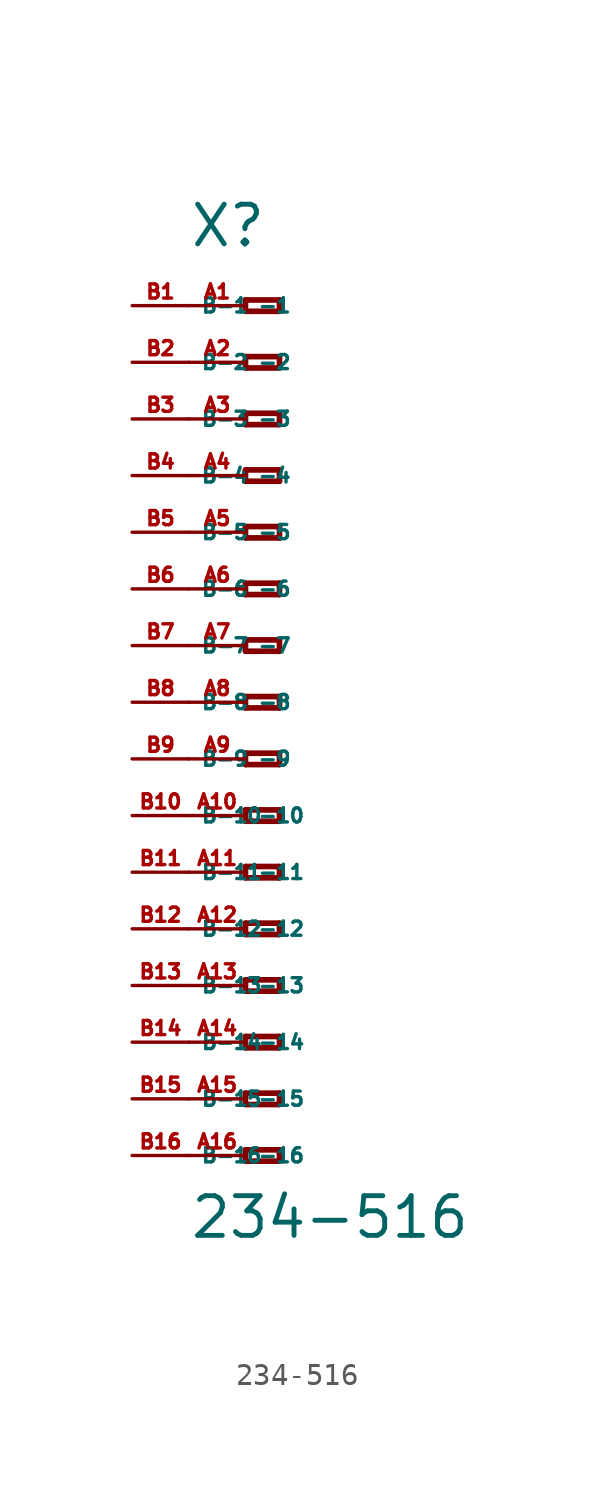
<source format=kicad_sym>
(kicad_symbol_lib
  (version 20220914)
  (generator Eagle2Kicad)
  (symbol "234-516"
    (property "Reference" "X"
      (at -5.08 20.32 0)
      (effects (font (size 1.778 1.778) (thickness 0.22)) (justify left bottom)))
    (property "Value" "234-516"
      (at -5.08 -24.13 0)
      (effects (font (size 1.778 1.778) (thickness 0.22)) (justify left bottom)))
    (polyline
      (pts (xy -2.54 18.034) (xy -2.54 17.526))
      (stroke (width 0.254) (type default))
      (fill (type none)))
    (polyline
      (pts (xy -2.54 17.526) (xy -1.016 17.526))
      (stroke (width 0.254) (type default))
      (fill (type none)))
    (polyline
      (pts (xy -1.016 17.526) (xy -1.016 18.034))
      (stroke (width 0.254) (type default))
      (fill (type none)))
    (polyline
      (pts (xy -1.016 18.034) (xy -2.54 18.034))
      (stroke (width 0.254) (type default))
      (fill (type none)))
    (polyline
      (pts (xy -2.54 15.494) (xy -2.54 14.986))
      (stroke (width 0.254) (type default))
      (fill (type none)))
    (polyline
      (pts (xy -2.54 14.986) (xy -1.016 14.986))
      (stroke (width 0.254) (type default))
      (fill (type none)))
    (polyline
      (pts (xy -1.016 14.986) (xy -1.016 15.494))
      (stroke (width 0.254) (type default))
      (fill (type none)))
    (polyline
      (pts (xy -1.016 15.494) (xy -2.54 15.494))
      (stroke (width 0.254) (type default))
      (fill (type none)))
    (polyline
      (pts (xy -2.54 12.954) (xy -2.54 12.446))
      (stroke (width 0.254) (type default))
      (fill (type none)))
    (polyline
      (pts (xy -2.54 12.446) (xy -1.016 12.446))
      (stroke (width 0.254) (type default))
      (fill (type none)))
    (polyline
      (pts (xy -1.016 12.446) (xy -1.016 12.954))
      (stroke (width 0.254) (type default))
      (fill (type none)))
    (polyline
      (pts (xy -1.016 12.954) (xy -2.54 12.954))
      (stroke (width 0.254) (type default))
      (fill (type none)))
    (polyline
      (pts (xy -2.54 10.414) (xy -2.54 9.906))
      (stroke (width 0.254) (type default))
      (fill (type none)))
    (polyline
      (pts (xy -2.54 9.906) (xy -1.016 9.906))
      (stroke (width 0.254) (type default))
      (fill (type none)))
    (polyline
      (pts (xy -1.016 9.906) (xy -1.016 10.414))
      (stroke (width 0.254) (type default))
      (fill (type none)))
    (polyline
      (pts (xy -1.016 10.414) (xy -2.54 10.414))
      (stroke (width 0.254) (type default))
      (fill (type none)))
    (polyline
      (pts (xy -2.54 7.874) (xy -2.54 7.366))
      (stroke (width 0.254) (type default))
      (fill (type none)))
    (polyline
      (pts (xy -2.54 7.366) (xy -1.016 7.366))
      (stroke (width 0.254) (type default))
      (fill (type none)))
    (polyline
      (pts (xy -1.016 7.366) (xy -1.016 7.874))
      (stroke (width 0.254) (type default))
      (fill (type none)))
    (polyline
      (pts (xy -1.016 7.874) (xy -2.54 7.874))
      (stroke (width 0.254) (type default))
      (fill (type none)))
    (polyline
      (pts (xy -2.54 5.334) (xy -2.54 4.826))
      (stroke (width 0.254) (type default))
      (fill (type none)))
    (polyline
      (pts (xy -2.54 4.826) (xy -1.016 4.826))
      (stroke (width 0.254) (type default))
      (fill (type none)))
    (polyline
      (pts (xy -1.016 4.826) (xy -1.016 5.334))
      (stroke (width 0.254) (type default))
      (fill (type none)))
    (polyline
      (pts (xy -1.016 5.334) (xy -2.54 5.334))
      (stroke (width 0.254) (type default))
      (fill (type none)))
    (polyline
      (pts (xy -2.54 2.794) (xy -2.54 2.286))
      (stroke (width 0.254) (type default))
      (fill (type none)))
    (polyline
      (pts (xy -2.54 2.286) (xy -1.016 2.286))
      (stroke (width 0.254) (type default))
      (fill (type none)))
    (polyline
      (pts (xy -1.016 2.286) (xy -1.016 2.794))
      (stroke (width 0.254) (type default))
      (fill (type none)))
    (polyline
      (pts (xy -1.016 2.794) (xy -2.54 2.794))
      (stroke (width 0.254) (type default))
      (fill (type none)))
    (polyline
      (pts (xy -2.54 0.254) (xy -2.54 -0.254))
      (stroke (width 0.254) (type default))
      (fill (type none)))
    (polyline
      (pts (xy -2.54 -0.254) (xy -1.016 -0.254))
      (stroke (width 0.254) (type default))
      (fill (type none)))
    (polyline
      (pts (xy -1.016 -0.254) (xy -1.016 0.254))
      (stroke (width 0.254) (type default))
      (fill (type none)))
    (polyline
      (pts (xy -1.016 0.254) (xy -2.54 0.254))
      (stroke (width 0.254) (type default))
      (fill (type none)))
    (polyline
      (pts (xy -2.54 -2.286) (xy -2.54 -2.794))
      (stroke (width 0.254) (type default))
      (fill (type none)))
    (polyline
      (pts (xy -2.54 -2.794) (xy -1.016 -2.794))
      (stroke (width 0.254) (type default))
      (fill (type none)))
    (polyline
      (pts (xy -1.016 -2.794) (xy -1.016 -2.286))
      (stroke (width 0.254) (type default))
      (fill (type none)))
    (polyline
      (pts (xy -1.016 -2.286) (xy -2.54 -2.286))
      (stroke (width 0.254) (type default))
      (fill (type none)))
    (polyline
      (pts (xy -2.54 -4.826) (xy -2.54 -5.334))
      (stroke (width 0.254) (type default))
      (fill (type none)))
    (polyline
      (pts (xy -2.54 -5.334) (xy -1.016 -5.334))
      (stroke (width 0.254) (type default))
      (fill (type none)))
    (polyline
      (pts (xy -1.016 -5.334) (xy -1.016 -4.826))
      (stroke (width 0.254) (type default))
      (fill (type none)))
    (polyline
      (pts (xy -1.016 -4.826) (xy -2.54 -4.826))
      (stroke (width 0.254) (type default))
      (fill (type none)))
    (polyline
      (pts (xy -2.54 -7.366) (xy -2.54 -7.874))
      (stroke (width 0.254) (type default))
      (fill (type none)))
    (polyline
      (pts (xy -2.54 -7.874) (xy -1.016 -7.874))
      (stroke (width 0.254) (type default))
      (fill (type none)))
    (polyline
      (pts (xy -1.016 -7.874) (xy -1.016 -7.366))
      (stroke (width 0.254) (type default))
      (fill (type none)))
    (polyline
      (pts (xy -1.016 -7.366) (xy -2.54 -7.366))
      (stroke (width 0.254) (type default))
      (fill (type none)))
    (polyline
      (pts (xy -2.54 -9.906) (xy -2.54 -10.414))
      (stroke (width 0.254) (type default))
      (fill (type none)))
    (polyline
      (pts (xy -2.54 -10.414) (xy -1.016 -10.414))
      (stroke (width 0.254) (type default))
      (fill (type none)))
    (polyline
      (pts (xy -1.016 -10.414) (xy -1.016 -9.906))
      (stroke (width 0.254) (type default))
      (fill (type none)))
    (polyline
      (pts (xy -1.016 -9.906) (xy -2.54 -9.906))
      (stroke (width 0.254) (type default))
      (fill (type none)))
    (polyline
      (pts (xy -2.54 -12.446) (xy -2.54 -12.954))
      (stroke (width 0.254) (type default))
      (fill (type none)))
    (polyline
      (pts (xy -2.54 -12.954) (xy -1.016 -12.954))
      (stroke (width 0.254) (type default))
      (fill (type none)))
    (polyline
      (pts (xy -1.016 -12.954) (xy -1.016 -12.446))
      (stroke (width 0.254) (type default))
      (fill (type none)))
    (polyline
      (pts (xy -1.016 -12.446) (xy -2.54 -12.446))
      (stroke (width 0.254) (type default))
      (fill (type none)))
    (polyline
      (pts (xy -2.54 -14.986) (xy -2.54 -15.494))
      (stroke (width 0.254) (type default))
      (fill (type none)))
    (polyline
      (pts (xy -2.54 -15.494) (xy -1.016 -15.494))
      (stroke (width 0.254) (type default))
      (fill (type none)))
    (polyline
      (pts (xy -1.016 -15.494) (xy -1.016 -14.986))
      (stroke (width 0.254) (type default))
      (fill (type none)))
    (polyline
      (pts (xy -1.016 -14.986) (xy -2.54 -14.986))
      (stroke (width 0.254) (type default))
      (fill (type none)))
    (polyline
      (pts (xy -2.54 -17.526) (xy -2.54 -18.034))
      (stroke (width 0.254) (type default))
      (fill (type none)))
    (polyline
      (pts (xy -2.54 -18.034) (xy -1.016 -18.034))
      (stroke (width 0.254) (type default))
      (fill (type none)))
    (polyline
      (pts (xy -1.016 -18.034) (xy -1.016 -17.526))
      (stroke (width 0.254) (type default))
      (fill (type none)))
    (polyline
      (pts (xy -1.016 -17.526) (xy -2.54 -17.526))
      (stroke (width 0.254) (type default))
      (fill (type none)))
    (polyline
      (pts (xy -2.54 -20.066) (xy -2.54 -20.574))
      (stroke (width 0.254) (type default))
      (fill (type none)))
    (polyline
      (pts (xy -2.54 -20.574) (xy -1.016 -20.574))
      (stroke (width 0.254) (type default))
      (fill (type none)))
    (polyline
      (pts (xy -1.016 -20.574) (xy -1.016 -20.066))
      (stroke (width 0.254) (type default))
      (fill (type none)))
    (polyline
      (pts (xy -1.016 -20.066) (xy -2.54 -20.066))
      (stroke (width 0.254) (type default))
      (fill (type none)))
    (pin passive line
      (at -5.08 17.78 0)
      (length 2.54)
      (name "-1" (effects (font (size 0.635 0.635) (thickness 0.08)) (justify left bottom)))
      (number "A1" (effects (font (size 0.635 0.635) (thickness 0.08)) (justify left bottom))))
    (pin passive line
      (at -5.08 15.24 0)
      (length 2.54)
      (name "-2" (effects (font (size 0.635 0.635) (thickness 0.08)) (justify left bottom)))
      (number "A2" (effects (font (size 0.635 0.635) (thickness 0.08)) (justify left bottom))))
    (pin passive line
      (at -5.08 12.7 0)
      (length 2.54)
      (name "-3" (effects (font (size 0.635 0.635) (thickness 0.08)) (justify left bottom)))
      (number "A3" (effects (font (size 0.635 0.635) (thickness 0.08)) (justify left bottom))))
    (pin passive line
      (at -5.08 10.16 0)
      (length 2.54)
      (name "-4" (effects (font (size 0.635 0.635) (thickness 0.08)) (justify left bottom)))
      (number "A4" (effects (font (size 0.635 0.635) (thickness 0.08)) (justify left bottom))))
    (pin passive line
      (at -5.08 7.62 0)
      (length 2.54)
      (name "-5" (effects (font (size 0.635 0.635) (thickness 0.08)) (justify left bottom)))
      (number "A5" (effects (font (size 0.635 0.635) (thickness 0.08)) (justify left bottom))))
    (pin passive line
      (at -5.08 5.08 0)
      (length 2.54)
      (name "-6" (effects (font (size 0.635 0.635) (thickness 0.08)) (justify left bottom)))
      (number "A6" (effects (font (size 0.635 0.635) (thickness 0.08)) (justify left bottom))))
    (pin passive line
      (at -5.08 2.54 0)
      (length 2.54)
      (name "-7" (effects (font (size 0.635 0.635) (thickness 0.08)) (justify left bottom)))
      (number "A7" (effects (font (size 0.635 0.635) (thickness 0.08)) (justify left bottom))))
    (pin passive line
      (at -5.08 0 0)
      (length 2.54)
      (name "-8" (effects (font (size 0.635 0.635) (thickness 0.08)) (justify left bottom)))
      (number "A8" (effects (font (size 0.635 0.635) (thickness 0.08)) (justify left bottom))))
    (pin passive line
      (at -5.08 -2.54 0)
      (length 2.54)
      (name "-9" (effects (font (size 0.635 0.635) (thickness 0.08)) (justify left bottom)))
      (number "A9" (effects (font (size 0.635 0.635) (thickness 0.08)) (justify left bottom))))
    (pin passive line
      (at -5.08 -5.08 0)
      (length 2.54)
      (name "-10" (effects (font (size 0.635 0.635) (thickness 0.08)) (justify left bottom)))
      (number "A10" (effects (font (size 0.635 0.635) (thickness 0.08)) (justify left bottom))))
    (pin passive line
      (at -5.08 -7.62 0)
      (length 2.54)
      (name "-11" (effects (font (size 0.635 0.635) (thickness 0.08)) (justify left bottom)))
      (number "A11" (effects (font (size 0.635 0.635) (thickness 0.08)) (justify left bottom))))
    (pin passive line
      (at -5.08 -10.16 0)
      (length 2.54)
      (name "-12" (effects (font (size 0.635 0.635) (thickness 0.08)) (justify left bottom)))
      (number "A12" (effects (font (size 0.635 0.635) (thickness 0.08)) (justify left bottom))))
    (pin passive line
      (at -5.08 -12.7 0)
      (length 2.54)
      (name "-13" (effects (font (size 0.635 0.635) (thickness 0.08)) (justify left bottom)))
      (number "A13" (effects (font (size 0.635 0.635) (thickness 0.08)) (justify left bottom))))
    (pin passive line
      (at -5.08 -15.24 0)
      (length 2.54)
      (name "-14" (effects (font (size 0.635 0.635) (thickness 0.08)) (justify left bottom)))
      (number "A14" (effects (font (size 0.635 0.635) (thickness 0.08)) (justify left bottom))))
    (pin passive line
      (at -5.08 -17.78 0)
      (length 2.54)
      (name "-15" (effects (font (size 0.635 0.635) (thickness 0.08)) (justify left bottom)))
      (number "A15" (effects (font (size 0.635 0.635) (thickness 0.08)) (justify left bottom))))
    (pin passive line
      (at -5.08 -20.32 0)
      (length 2.54)
      (name "-16" (effects (font (size 0.635 0.635) (thickness 0.08)) (justify left bottom)))
      (number "A16" (effects (font (size 0.635 0.635) (thickness 0.08)) (justify left bottom))))
    (pin passive line
      (at -7.62 -20.32 0)
      (length 2.54)
      (name "B-16" (effects (font (size 0.635 0.635) (thickness 0.08)) (justify left bottom)))
      (number "B16" (effects (font (size 0.635 0.635) (thickness 0.08)) (justify left bottom))))
    (pin passive line
      (at -7.62 17.78 0)
      (length 2.54)
      (name "B-1" (effects (font (size 0.635 0.635) (thickness 0.08)) (justify left bottom)))
      (number "B1" (effects (font (size 0.635 0.635) (thickness 0.08)) (justify left bottom))))
    (pin passive line
      (at -7.62 15.24 0)
      (length 2.54)
      (name "B-2" (effects (font (size 0.635 0.635) (thickness 0.08)) (justify left bottom)))
      (number "B2" (effects (font (size 0.635 0.635) (thickness 0.08)) (justify left bottom))))
    (pin passive line
      (at -7.62 12.7 0)
      (length 2.54)
      (name "B-3" (effects (font (size 0.635 0.635) (thickness 0.08)) (justify left bottom)))
      (number "B3" (effects (font (size 0.635 0.635) (thickness 0.08)) (justify left bottom))))
    (pin passive line
      (at -7.62 10.16 0)
      (length 2.54)
      (name "B-4" (effects (font (size 0.635 0.635) (thickness 0.08)) (justify left bottom)))
      (number "B4" (effects (font (size 0.635 0.635) (thickness 0.08)) (justify left bottom))))
    (pin passive line
      (at -7.62 7.62 0)
      (length 2.54)
      (name "B-5" (effects (font (size 0.635 0.635) (thickness 0.08)) (justify left bottom)))
      (number "B5" (effects (font (size 0.635 0.635) (thickness 0.08)) (justify left bottom))))
    (pin passive line
      (at -7.62 5.08 0)
      (length 2.54)
      (name "B-6" (effects (font (size 0.635 0.635) (thickness 0.08)) (justify left bottom)))
      (number "B6" (effects (font (size 0.635 0.635) (thickness 0.08)) (justify left bottom))))
    (pin passive line
      (at -7.62 2.54 0)
      (length 2.54)
      (name "B-7" (effects (font (size 0.635 0.635) (thickness 0.08)) (justify left bottom)))
      (number "B7" (effects (font (size 0.635 0.635) (thickness 0.08)) (justify left bottom))))
    (pin passive line
      (at -7.62 0 0)
      (length 2.54)
      (name "B-8" (effects (font (size 0.635 0.635) (thickness 0.08)) (justify left bottom)))
      (number "B8" (effects (font (size 0.635 0.635) (thickness 0.08)) (justify left bottom))))
    (pin passive line
      (at -7.62 -2.54 0)
      (length 2.54)
      (name "B-9" (effects (font (size 0.635 0.635) (thickness 0.08)) (justify left bottom)))
      (number "B9" (effects (font (size 0.635 0.635) (thickness 0.08)) (justify left bottom))))
    (pin passive line
      (at -7.62 -5.08 0)
      (length 2.54)
      (name "B-10" (effects (font (size 0.635 0.635) (thickness 0.08)) (justify left bottom)))
      (number "B10" (effects (font (size 0.635 0.635) (thickness 0.08)) (justify left bottom))))
    (pin passive line
      (at -7.62 -7.62 0)
      (length 2.54)
      (name "B-11" (effects (font (size 0.635 0.635) (thickness 0.08)) (justify left bottom)))
      (number "B11" (effects (font (size 0.635 0.635) (thickness 0.08)) (justify left bottom))))
    (pin passive line
      (at -7.62 -10.16 0)
      (length 2.54)
      (name "B-12" (effects (font (size 0.635 0.635) (thickness 0.08)) (justify left bottom)))
      (number "B12" (effects (font (size 0.635 0.635) (thickness 0.08)) (justify left bottom))))
    (pin passive line
      (at -7.62 -12.7 0)
      (length 2.54)
      (name "B-13" (effects (font (size 0.635 0.635) (thickness 0.08)) (justify left bottom)))
      (number "B13" (effects (font (size 0.635 0.635) (thickness 0.08)) (justify left bottom))))
    (pin passive line
      (at -7.62 -15.24 0)
      (length 2.54)
      (name "B-14" (effects (font (size 0.635 0.635) (thickness 0.08)) (justify left bottom)))
      (number "B14" (effects (font (size 0.635 0.635) (thickness 0.08)) (justify left bottom))))
    (pin passive line
      (at -7.62 -17.78 0)
      (length 2.54)
      (name "B-15" (effects (font (size 0.635 0.635) (thickness 0.08)) (justify left bottom)))
      (number "B15" (effects (font (size 0.635 0.635) (thickness 0.08)) (justify left bottom))))))
</source>
